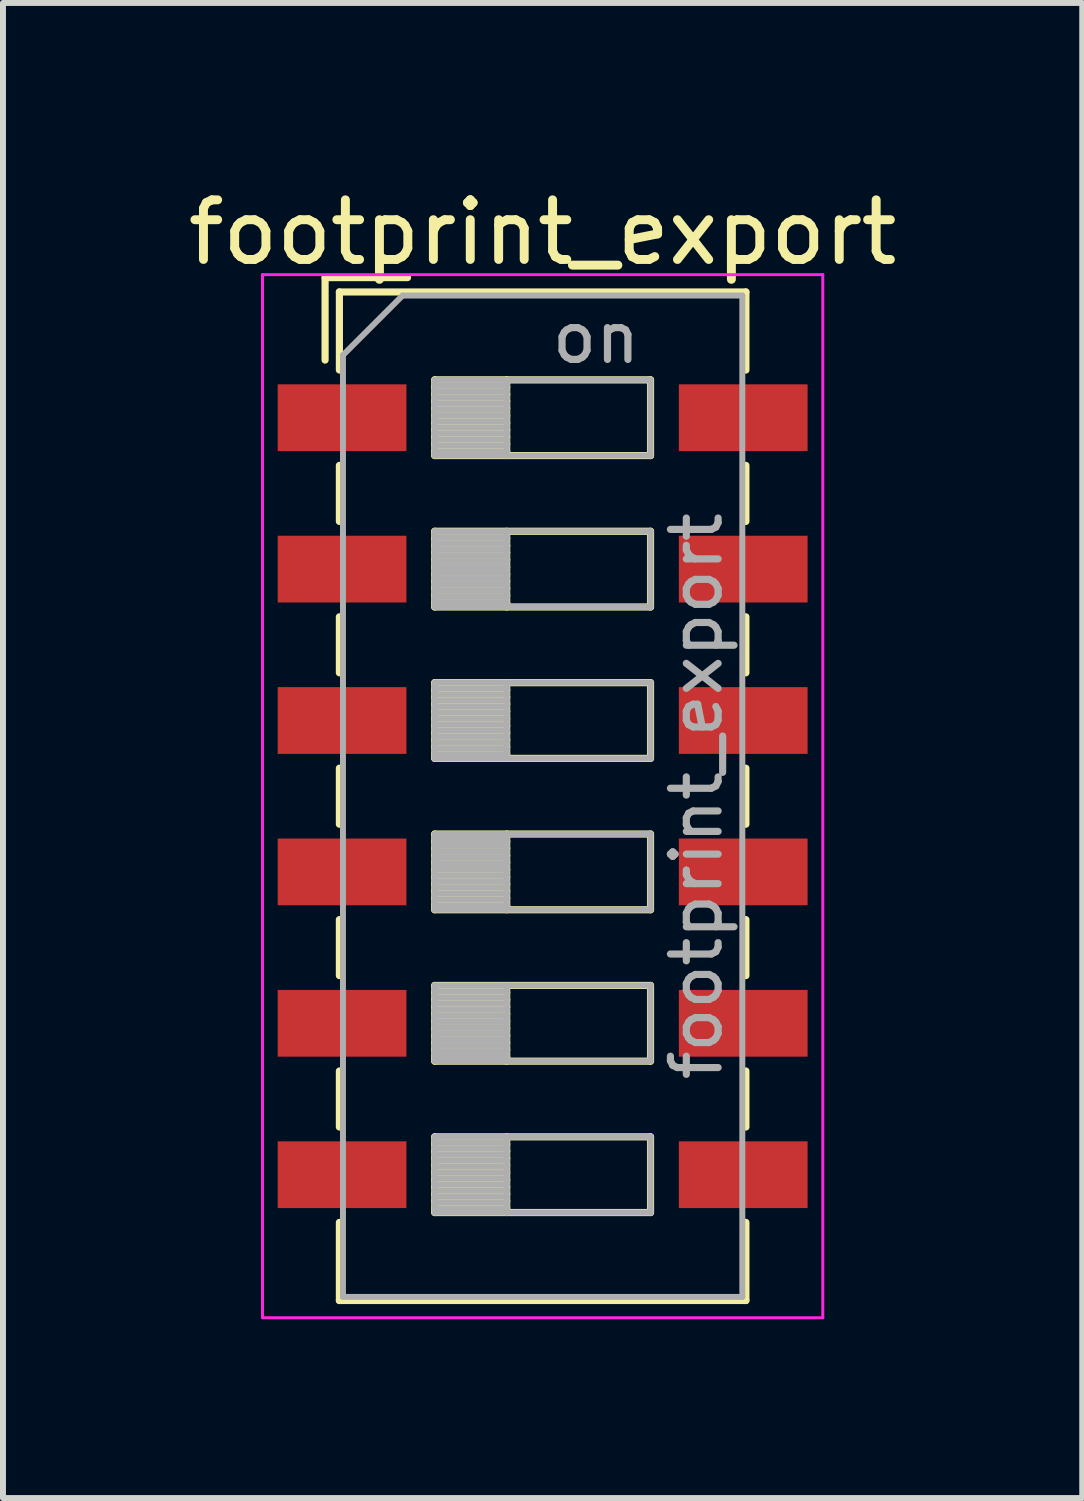
<source format=kicad_pcb>
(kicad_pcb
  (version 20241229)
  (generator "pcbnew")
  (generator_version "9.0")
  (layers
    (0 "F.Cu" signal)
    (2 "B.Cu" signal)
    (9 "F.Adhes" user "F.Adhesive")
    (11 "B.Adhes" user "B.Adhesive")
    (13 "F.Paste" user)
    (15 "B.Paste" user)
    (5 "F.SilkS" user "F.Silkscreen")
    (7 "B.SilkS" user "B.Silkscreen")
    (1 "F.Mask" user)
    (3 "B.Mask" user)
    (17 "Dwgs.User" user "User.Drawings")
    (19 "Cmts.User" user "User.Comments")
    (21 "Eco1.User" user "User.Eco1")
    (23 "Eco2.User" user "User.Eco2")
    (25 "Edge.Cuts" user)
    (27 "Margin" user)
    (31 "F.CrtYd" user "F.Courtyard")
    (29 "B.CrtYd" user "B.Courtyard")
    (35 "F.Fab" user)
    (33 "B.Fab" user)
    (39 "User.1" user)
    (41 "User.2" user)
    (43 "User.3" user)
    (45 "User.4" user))
  (footprint "footprint_export"
    (layer "F.Cu")
    (at 6.054 10.308)
    (property "Reference" "footprint_export" (at 0 -9.46 0) (layer "F.SilkS") (effects (font (size 1 1) (thickness 0.15))))
    (attr smd)
    (fp_line (start -3.65 -8.7) (end -3.65 -7.317) (stroke (width 0.12) (type solid)) (layer "F.SilkS"))
    (fp_line (start -3.65 -8.7) (end -2.267 -8.7) (stroke (width 0.12) (type solid)) (layer "F.SilkS"))
    (fp_line (start -3.41 -8.46) (end -3.41 -7.15) (stroke (width 0.12) (type solid)) (layer "F.SilkS"))
    (fp_line (start -3.41 -8.46) (end 3.41 -8.46) (stroke (width 0.12) (type solid)) (layer "F.SilkS"))
    (fp_line (start -3.41 -5.55) (end -3.41 -4.61) (stroke (width 0.12) (type solid)) (layer "F.SilkS"))
    (fp_line (start -3.41 -3.01) (end -3.41 -2.07) (stroke (width 0.12) (type solid)) (layer "F.SilkS"))
    (fp_line (start -3.41 -0.47) (end -3.41 0.47) (stroke (width 0.12) (type solid)) (layer "F.SilkS"))
    (fp_line (start -3.41 2.07) (end -3.41 3.01) (stroke (width 0.12) (type solid)) (layer "F.SilkS"))
    (fp_line (start -3.41 4.61) (end -3.41 5.55) (stroke (width 0.12) (type solid)) (layer "F.SilkS"))
    (fp_line (start -3.41 7.15) (end -3.41 8.461) (stroke (width 0.12) (type solid)) (layer "F.SilkS"))
    (fp_line (start -3.41 8.461) (end 3.41 8.461) (stroke (width 0.12) (type solid)) (layer "F.SilkS"))
    (fp_line (start -1.81 -6.985) (end -1.81 -5.715) (stroke (width 0.12) (type solid)) (layer "F.SilkS"))
    (fp_line (start -1.81 -6.865) (end -0.603 -6.865) (stroke (width 0.12) (type solid)) (layer "F.SilkS"))
    (fp_line (start -1.81 -6.745) (end -0.603 -6.745) (stroke (width 0.12) (type solid)) (layer "F.SilkS"))
    (fp_line (start -1.81 -6.625) (end -0.603 -6.625) (stroke (width 0.12) (type solid)) (layer "F.SilkS"))
    (fp_line (start -1.81 -6.505) (end -0.603 -6.505) (stroke (width 0.12) (type solid)) (layer "F.SilkS"))
    (fp_line (start -1.81 -6.385) (end -0.603 -6.385) (stroke (width 0.12) (type solid)) (layer "F.SilkS"))
    (fp_line (start -1.81 -6.265) (end -0.603 -6.265) (stroke (width 0.12) (type solid)) (layer "F.SilkS"))
    (fp_line (start -1.81 -6.145) (end -0.603 -6.145) (stroke (width 0.12) (type solid)) (layer "F.SilkS"))
    (fp_line (start -1.81 -6.025) (end -0.603 -6.025) (stroke (width 0.12) (type solid)) (layer "F.SilkS"))
    (fp_line (start -1.81 -5.905) (end -0.603 -5.905) (stroke (width 0.12) (type solid)) (layer "F.SilkS"))
    (fp_line (start -1.81 -5.785) (end -0.603 -5.785) (stroke (width 0.12) (type solid)) (layer "F.SilkS"))
    (fp_line (start -1.81 -5.715) (end 1.81 -5.715) (stroke (width 0.12) (type solid)) (layer "F.SilkS"))
    (fp_line (start -1.81 -4.445) (end -1.81 -3.175) (stroke (width 0.12) (type solid)) (layer "F.SilkS"))
    (fp_line (start -1.81 -4.325) (end -0.603 -4.325) (stroke (width 0.12) (type solid)) (layer "F.SilkS"))
    (fp_line (start -1.81 -4.205) (end -0.603 -4.205) (stroke (width 0.12) (type solid)) (layer "F.SilkS"))
    (fp_line (start -1.81 -4.085) (end -0.603 -4.085) (stroke (width 0.12) (type solid)) (layer "F.SilkS"))
    (fp_line (start -1.81 -3.965) (end -0.603 -3.965) (stroke (width 0.12) (type solid)) (layer "F.SilkS"))
    (fp_line (start -1.81 -3.845) (end -0.603 -3.845) (stroke (width 0.12) (type solid)) (layer "F.SilkS"))
    (fp_line (start -1.81 -3.725) (end -0.603 -3.725) (stroke (width 0.12) (type solid)) (layer "F.SilkS"))
    (fp_line (start -1.81 -3.605) (end -0.603 -3.605) (stroke (width 0.12) (type solid)) (layer "F.SilkS"))
    (fp_line (start -1.81 -3.485) (end -0.603 -3.485) (stroke (width 0.12) (type solid)) (layer "F.SilkS"))
    (fp_line (start -1.81 -3.365) (end -0.603 -3.365) (stroke (width 0.12) (type solid)) (layer "F.SilkS"))
    (fp_line (start -1.81 -3.245) (end -0.603 -3.245) (stroke (width 0.12) (type solid)) (layer "F.SilkS"))
    (fp_line (start -1.81 -3.175) (end 1.81 -3.175) (stroke (width 0.12) (type solid)) (layer "F.SilkS"))
    (fp_line (start -1.81 -1.905) (end -1.81 -0.635) (stroke (width 0.12) (type solid)) (layer "F.SilkS"))
    (fp_line (start -1.81 -1.785) (end -0.603 -1.785) (stroke (width 0.12) (type solid)) (layer "F.SilkS"))
    (fp_line (start -1.81 -1.665) (end -0.603 -1.665) (stroke (width 0.12) (type solid)) (layer "F.SilkS"))
    (fp_line (start -1.81 -1.545) (end -0.603 -1.545) (stroke (width 0.12) (type solid)) (layer "F.SilkS"))
    (fp_line (start -1.81 -1.425) (end -0.603 -1.425) (stroke (width 0.12) (type solid)) (layer "F.SilkS"))
    (fp_line (start -1.81 -1.305) (end -0.603 -1.305) (stroke (width 0.12) (type solid)) (layer "F.SilkS"))
    (fp_line (start -1.81 -1.185) (end -0.603 -1.185) (stroke (width 0.12) (type solid)) (layer "F.SilkS"))
    (fp_line (start -1.81 -1.065) (end -0.603 -1.065) (stroke (width 0.12) (type solid)) (layer "F.SilkS"))
    (fp_line (start -1.81 -0.945) (end -0.603 -0.945) (stroke (width 0.12) (type solid)) (layer "F.SilkS"))
    (fp_line (start -1.81 -0.825) (end -0.603 -0.825) (stroke (width 0.12) (type solid)) (layer "F.SilkS"))
    (fp_line (start -1.81 -0.705) (end -0.603 -0.705) (stroke (width 0.12) (type solid)) (layer "F.SilkS"))
    (fp_line (start -1.81 -0.635) (end 1.81 -0.635) (stroke (width 0.12) (type solid)) (layer "F.SilkS"))
    (fp_line (start -1.81 0.635) (end -1.81 1.905) (stroke (width 0.12) (type solid)) (layer "F.SilkS"))
    (fp_line (start -1.81 0.755) (end -0.603 0.755) (stroke (width 0.12) (type solid)) (layer "F.SilkS"))
    (fp_line (start -1.81 0.875) (end -0.603 0.875) (stroke (width 0.12) (type solid)) (layer "F.SilkS"))
    (fp_line (start -1.81 0.995) (end -0.603 0.995) (stroke (width 0.12) (type solid)) (layer "F.SilkS"))
    (fp_line (start -1.81 1.115) (end -0.603 1.115) (stroke (width 0.12) (type solid)) (layer "F.SilkS"))
    (fp_line (start -1.81 1.235) (end -0.603 1.235) (stroke (width 0.12) (type solid)) (layer "F.SilkS"))
    (fp_line (start -1.81 1.355) (end -0.603 1.355) (stroke (width 0.12) (type solid)) (layer "F.SilkS"))
    (fp_line (start -1.81 1.475) (end -0.603 1.475) (stroke (width 0.12) (type solid)) (layer "F.SilkS"))
    (fp_line (start -1.81 1.595) (end -0.603 1.595) (stroke (width 0.12) (type solid)) (layer "F.SilkS"))
    (fp_line (start -1.81 1.715) (end -0.603 1.715) (stroke (width 0.12) (type solid)) (layer "F.SilkS"))
    (fp_line (start -1.81 1.835) (end -0.603 1.835) (stroke (width 0.12) (type solid)) (layer "F.SilkS"))
    (fp_line (start -1.81 1.905) (end 1.81 1.905) (stroke (width 0.12) (type solid)) (layer "F.SilkS"))
    (fp_line (start -1.81 3.175) (end -1.81 4.445) (stroke (width 0.12) (type solid)) (layer "F.SilkS"))
    (fp_line (start -1.81 3.295) (end -0.603 3.295) (stroke (width 0.12) (type solid)) (layer "F.SilkS"))
    (fp_line (start -1.81 3.415) (end -0.603 3.415) (stroke (width 0.12) (type solid)) (layer "F.SilkS"))
    (fp_line (start -1.81 3.535) (end -0.603 3.535) (stroke (width 0.12) (type solid)) (layer "F.SilkS"))
    (fp_line (start -1.81 3.655) (end -0.603 3.655) (stroke (width 0.12) (type solid)) (layer "F.SilkS"))
    (fp_line (start -1.81 3.775) (end -0.603 3.775) (stroke (width 0.12) (type solid)) (layer "F.SilkS"))
    (fp_line (start -1.81 3.895) (end -0.603 3.895) (stroke (width 0.12) (type solid)) (layer "F.SilkS"))
    (fp_line (start -1.81 4.015) (end -0.603 4.015) (stroke (width 0.12) (type solid)) (layer "F.SilkS"))
    (fp_line (start -1.81 4.135) (end -0.603 4.135) (stroke (width 0.12) (type solid)) (layer "F.SilkS"))
    (fp_line (start -1.81 4.255) (end -0.603 4.255) (stroke (width 0.12) (type solid)) (layer "F.SilkS"))
    (fp_line (start -1.81 4.375) (end -0.603 4.375) (stroke (width 0.12) (type solid)) (layer "F.SilkS"))
    (fp_line (start -1.81 4.445) (end 1.81 4.445) (stroke (width 0.12) (type solid)) (layer "F.SilkS"))
    (fp_line (start -1.81 5.715) (end -1.81 6.985) (stroke (width 0.12) (type solid)) (layer "F.SilkS"))
    (fp_line (start -1.81 5.835) (end -0.603 5.835) (stroke (width 0.12) (type solid)) (layer "F.SilkS"))
    (fp_line (start -1.81 5.955) (end -0.603 5.955) (stroke (width 0.12) (type solid)) (layer "F.SilkS"))
    (fp_line (start -1.81 6.075) (end -0.603 6.075) (stroke (width 0.12) (type solid)) (layer "F.SilkS"))
    (fp_line (start -1.81 6.195) (end -0.603 6.195) (stroke (width 0.12) (type solid)) (layer "F.SilkS"))
    (fp_line (start -1.81 6.315) (end -0.603 6.315) (stroke (width 0.12) (type solid)) (layer "F.SilkS"))
    (fp_line (start -1.81 6.435) (end -0.603 6.435) (stroke (width 0.12) (type solid)) (layer "F.SilkS"))
    (fp_line (start -1.81 6.555) (end -0.603 6.555) (stroke (width 0.12) (type solid)) (layer "F.SilkS"))
    (fp_line (start -1.81 6.675) (end -0.603 6.675) (stroke (width 0.12) (type solid)) (layer "F.SilkS"))
    (fp_line (start -1.81 6.795) (end -0.603 6.795) (stroke (width 0.12) (type solid)) (layer "F.SilkS"))
    (fp_line (start -1.81 6.915) (end -0.603 6.915) (stroke (width 0.12) (type solid)) (layer "F.SilkS"))
    (fp_line (start -1.81 6.985) (end 1.81 6.985) (stroke (width 0.12) (type solid)) (layer "F.SilkS"))
    (fp_line (start -0.603 -6.985) (end -0.603 -5.715) (stroke (width 0.12) (type solid)) (layer "F.SilkS"))
    (fp_line (start -0.603 -4.445) (end -0.603 -3.175) (stroke (width 0.12) (type solid)) (layer "F.SilkS"))
    (fp_line (start -0.603 -1.905) (end -0.603 -0.635) (stroke (width 0.12) (type solid)) (layer "F.SilkS"))
    (fp_line (start -0.603 0.635) (end -0.603 1.905) (stroke (width 0.12) (type solid)) (layer "F.SilkS"))
    (fp_line (start -0.603 3.175) (end -0.603 4.445) (stroke (width 0.12) (type solid)) (layer "F.SilkS"))
    (fp_line (start -0.603 5.715) (end -0.603 6.985) (stroke (width 0.12) (type solid)) (layer "F.SilkS"))
    (fp_line (start 1.81 -6.985) (end -1.81 -6.985) (stroke (width 0.12) (type solid)) (layer "F.SilkS"))
    (fp_line (start 1.81 -5.715) (end 1.81 -6.985) (stroke (width 0.12) (type solid)) (layer "F.SilkS"))
    (fp_line (start 1.81 -4.445) (end -1.81 -4.445) (stroke (width 0.12) (type solid)) (layer "F.SilkS"))
    (fp_line (start 1.81 -3.175) (end 1.81 -4.445) (stroke (width 0.12) (type solid)) (layer "F.SilkS"))
    (fp_line (start 1.81 -1.905) (end -1.81 -1.905) (stroke (width 0.12) (type solid)) (layer "F.SilkS"))
    (fp_line (start 1.81 -0.635) (end 1.81 -1.905) (stroke (width 0.12) (type solid)) (layer "F.SilkS"))
    (fp_line (start 1.81 0.635) (end -1.81 0.635) (stroke (width 0.12) (type solid)) (layer "F.SilkS"))
    (fp_line (start 1.81 1.905) (end 1.81 0.635) (stroke (width 0.12) (type solid)) (layer "F.SilkS"))
    (fp_line (start 1.81 3.175) (end -1.81 3.175) (stroke (width 0.12) (type solid)) (layer "F.SilkS"))
    (fp_line (start 1.81 4.445) (end 1.81 3.175) (stroke (width 0.12) (type solid)) (layer "F.SilkS"))
    (fp_line (start 1.81 5.715) (end -1.81 5.715) (stroke (width 0.12) (type solid)) (layer "F.SilkS"))
    (fp_line (start 1.81 6.985) (end 1.81 5.715) (stroke (width 0.12) (type solid)) (layer "F.SilkS"))
    (fp_line (start 3.41 -8.46) (end 3.41 -7.15) (stroke (width 0.12) (type solid)) (layer "F.SilkS"))
    (fp_line (start 3.41 -5.55) (end 3.41 -4.61) (stroke (width 0.12) (type solid)) (layer "F.SilkS"))
    (fp_line (start 3.41 -3.01) (end 3.41 -2.07) (stroke (width 0.12) (type solid)) (layer "F.SilkS"))
    (fp_line (start 3.41 -0.47) (end 3.41 0.47) (stroke (width 0.12) (type solid)) (layer "F.SilkS"))
    (fp_line (start 3.41 2.07) (end 3.41 3.01) (stroke (width 0.12) (type solid)) (layer "F.SilkS"))
    (fp_line (start 3.41 4.61) (end 3.41 5.55) (stroke (width 0.12) (type solid)) (layer "F.SilkS"))
    (fp_line (start 3.41 7.15) (end 3.41 8.461) (stroke (width 0.12) (type solid)) (layer "F.SilkS"))
    (fp_line (start -4.7 -8.75) (end -4.7 8.75) (stroke (width 0.05) (type solid)) (layer "F.CrtYd"))
    (fp_line (start -4.7 8.75) (end 4.7 8.75) (stroke (width 0.05) (type solid)) (layer "F.CrtYd"))
    (fp_line (start 4.7 -8.75) (end -4.7 -8.75) (stroke (width 0.05) (type solid)) (layer "F.CrtYd"))
    (fp_line (start 4.7 8.75) (end 4.7 -8.75) (stroke (width 0.05) (type solid)) (layer "F.CrtYd"))
    (fp_line (start -3.35 -7.4) (end -2.35 -8.4) (stroke (width 0.1) (type solid)) (layer "F.Fab"))
    (fp_line (start -3.35 8.4) (end -3.35 -7.4) (stroke (width 0.1) (type solid)) (layer "F.Fab"))
    (fp_line (start -2.35 -8.4) (end 3.35 -8.4) (stroke (width 0.1) (type solid)) (layer "F.Fab"))
    (fp_line (start -1.81 -6.985) (end -1.81 -5.715) (stroke (width 0.1) (type solid)) (layer "F.Fab"))
    (fp_line (start -1.81 -6.885) (end -0.603 -6.885) (stroke (width 0.1) (type solid)) (layer "F.Fab"))
    (fp_line (start -1.81 -6.785) (end -0.603 -6.785) (stroke (width 0.1) (type solid)) (layer "F.Fab"))
    (fp_line (start -1.81 -6.685) (end -0.603 -6.685) (stroke (width 0.1) (type solid)) (layer "F.Fab"))
    (fp_line (start -1.81 -6.585) (end -0.603 -6.585) (stroke (width 0.1) (type solid)) (layer "F.Fab"))
    (fp_line (start -1.81 -6.485) (end -0.603 -6.485) (stroke (width 0.1) (type solid)) (layer "F.Fab"))
    (fp_line (start -1.81 -6.385) (end -0.603 -6.385) (stroke (width 0.1) (type solid)) (layer "F.Fab"))
    (fp_line (start -1.81 -6.285) (end -0.603 -6.285) (stroke (width 0.1) (type solid)) (layer "F.Fab"))
    (fp_line (start -1.81 -6.185) (end -0.603 -6.185) (stroke (width 0.1) (type solid)) (layer "F.Fab"))
    (fp_line (start -1.81 -6.085) (end -0.603 -6.085) (stroke (width 0.1) (type solid)) (layer "F.Fab"))
    (fp_line (start -1.81 -5.985) (end -0.603 -5.985) (stroke (width 0.1) (type solid)) (layer "F.Fab"))
    (fp_line (start -1.81 -5.885) (end -0.603 -5.885) (stroke (width 0.1) (type solid)) (layer "F.Fab"))
    (fp_line (start -1.81 -5.785) (end -0.603 -5.785) (stroke (width 0.1) (type solid)) (layer "F.Fab"))
    (fp_line (start -1.81 -5.715) (end 1.81 -5.715) (stroke (width 0.1) (type solid)) (layer "F.Fab"))
    (fp_line (start -1.81 -4.445) (end -1.81 -3.175) (stroke (width 0.1) (type solid)) (layer "F.Fab"))
    (fp_line (start -1.81 -4.345) (end -0.603 -4.345) (stroke (width 0.1) (type solid)) (layer "F.Fab"))
    (fp_line (start -1.81 -4.245) (end -0.603 -4.245) (stroke (width 0.1) (type solid)) (layer "F.Fab"))
    (fp_line (start -1.81 -4.145) (end -0.603 -4.145) (stroke (width 0.1) (type solid)) (layer "F.Fab"))
    (fp_line (start -1.81 -4.045) (end -0.603 -4.045) (stroke (width 0.1) (type solid)) (layer "F.Fab"))
    (fp_line (start -1.81 -3.945) (end -0.603 -3.945) (stroke (width 0.1) (type solid)) (layer "F.Fab"))
    (fp_line (start -1.81 -3.845) (end -0.603 -3.845) (stroke (width 0.1) (type solid)) (layer "F.Fab"))
    (fp_line (start -1.81 -3.745) (end -0.603 -3.745) (stroke (width 0.1) (type solid)) (layer "F.Fab"))
    (fp_line (start -1.81 -3.645) (end -0.603 -3.645) (stroke (width 0.1) (type solid)) (layer "F.Fab"))
    (fp_line (start -1.81 -3.545) (end -0.603 -3.545) (stroke (width 0.1) (type solid)) (layer "F.Fab"))
    (fp_line (start -1.81 -3.445) (end -0.603 -3.445) (stroke (width 0.1) (type solid)) (layer "F.Fab"))
    (fp_line (start -1.81 -3.345) (end -0.603 -3.345) (stroke (width 0.1) (type solid)) (layer "F.Fab"))
    (fp_line (start -1.81 -3.245) (end -0.603 -3.245) (stroke (width 0.1) (type solid)) (layer "F.Fab"))
    (fp_line (start -1.81 -3.175) (end 1.81 -3.175) (stroke (width 0.1) (type solid)) (layer "F.Fab"))
    (fp_line (start -1.81 -1.905) (end -1.81 -0.635) (stroke (width 0.1) (type solid)) (layer "F.Fab"))
    (fp_line (start -1.81 -1.805) (end -0.603 -1.805) (stroke (width 0.1) (type solid)) (layer "F.Fab"))
    (fp_line (start -1.81 -1.705) (end -0.603 -1.705) (stroke (width 0.1) (type solid)) (layer "F.Fab"))
    (fp_line (start -1.81 -1.605) (end -0.603 -1.605) (stroke (width 0.1) (type solid)) (layer "F.Fab"))
    (fp_line (start -1.81 -1.505) (end -0.603 -1.505) (stroke (width 0.1) (type solid)) (layer "F.Fab"))
    (fp_line (start -1.81 -1.405) (end -0.603 -1.405) (stroke (width 0.1) (type solid)) (layer "F.Fab"))
    (fp_line (start -1.81 -1.305) (end -0.603 -1.305) (stroke (width 0.1) (type solid)) (layer "F.Fab"))
    (fp_line (start -1.81 -1.205) (end -0.603 -1.205) (stroke (width 0.1) (type solid)) (layer "F.Fab"))
    (fp_line (start -1.81 -1.105) (end -0.603 -1.105) (stroke (width 0.1) (type solid)) (layer "F.Fab"))
    (fp_line (start -1.81 -1.005) (end -0.603 -1.005) (stroke (width 0.1) (type solid)) (layer "F.Fab"))
    (fp_line (start -1.81 -0.905) (end -0.603 -0.905) (stroke (width 0.1) (type solid)) (layer "F.Fab"))
    (fp_line (start -1.81 -0.805) (end -0.603 -0.805) (stroke (width 0.1) (type solid)) (layer "F.Fab"))
    (fp_line (start -1.81 -0.705) (end -0.603 -0.705) (stroke (width 0.1) (type solid)) (layer "F.Fab"))
    (fp_line (start -1.81 -0.635) (end 1.81 -0.635) (stroke (width 0.1) (type solid)) (layer "F.Fab"))
    (fp_line (start -1.81 0.635) (end -1.81 1.905) (stroke (width 0.1) (type solid)) (layer "F.Fab"))
    (fp_line (start -1.81 0.735) (end -0.603 0.735) (stroke (width 0.1) (type solid)) (layer "F.Fab"))
    (fp_line (start -1.81 0.835) (end -0.603 0.835) (stroke (width 0.1) (type solid)) (layer "F.Fab"))
    (fp_line (start -1.81 0.935) (end -0.603 0.935) (stroke (width 0.1) (type solid)) (layer "F.Fab"))
    (fp_line (start -1.81 1.035) (end -0.603 1.035) (stroke (width 0.1) (type solid)) (layer "F.Fab"))
    (fp_line (start -1.81 1.135) (end -0.603 1.135) (stroke (width 0.1) (type solid)) (layer "F.Fab"))
    (fp_line (start -1.81 1.235) (end -0.603 1.235) (stroke (width 0.1) (type solid)) (layer "F.Fab"))
    (fp_line (start -1.81 1.335) (end -0.603 1.335) (stroke (width 0.1) (type solid)) (layer "F.Fab"))
    (fp_line (start -1.81 1.435) (end -0.603 1.435) (stroke (width 0.1) (type solid)) (layer "F.Fab"))
    (fp_line (start -1.81 1.535) (end -0.603 1.535) (stroke (width 0.1) (type solid)) (layer "F.Fab"))
    (fp_line (start -1.81 1.635) (end -0.603 1.635) (stroke (width 0.1) (type solid)) (layer "F.Fab"))
    (fp_line (start -1.81 1.735) (end -0.603 1.735) (stroke (width 0.1) (type solid)) (layer "F.Fab"))
    (fp_line (start -1.81 1.835) (end -0.603 1.835) (stroke (width 0.1) (type solid)) (layer "F.Fab"))
    (fp_line (start -1.81 1.905) (end 1.81 1.905) (stroke (width 0.1) (type solid)) (layer "F.Fab"))
    (fp_line (start -1.81 3.175) (end -1.81 4.445) (stroke (width 0.1) (type solid)) (layer "F.Fab"))
    (fp_line (start -1.81 3.275) (end -0.603 3.275) (stroke (width 0.1) (type solid)) (layer "F.Fab"))
    (fp_line (start -1.81 3.375) (end -0.603 3.375) (stroke (width 0.1) (type solid)) (layer "F.Fab"))
    (fp_line (start -1.81 3.475) (end -0.603 3.475) (stroke (width 0.1) (type solid)) (layer "F.Fab"))
    (fp_line (start -1.81 3.575) (end -0.603 3.575) (stroke (width 0.1) (type solid)) (layer "F.Fab"))
    (fp_line (start -1.81 3.675) (end -0.603 3.675) (stroke (width 0.1) (type solid)) (layer "F.Fab"))
    (fp_line (start -1.81 3.775) (end -0.603 3.775) (stroke (width 0.1) (type solid)) (layer "F.Fab"))
    (fp_line (start -1.81 3.875) (end -0.603 3.875) (stroke (width 0.1) (type solid)) (layer "F.Fab"))
    (fp_line (start -1.81 3.975) (end -0.603 3.975) (stroke (width 0.1) (type solid)) (layer "F.Fab"))
    (fp_line (start -1.81 4.075) (end -0.603 4.075) (stroke (width 0.1) (type solid)) (layer "F.Fab"))
    (fp_line (start -1.81 4.175) (end -0.603 4.175) (stroke (width 0.1) (type solid)) (layer "F.Fab"))
    (fp_line (start -1.81 4.275) (end -0.603 4.275) (stroke (width 0.1) (type solid)) (layer "F.Fab"))
    (fp_line (start -1.81 4.375) (end -0.603 4.375) (stroke (width 0.1) (type solid)) (layer "F.Fab"))
    (fp_line (start -1.81 4.445) (end 1.81 4.445) (stroke (width 0.1) (type solid)) (layer "F.Fab"))
    (fp_line (start -1.81 5.715) (end -1.81 6.985) (stroke (width 0.1) (type solid)) (layer "F.Fab"))
    (fp_line (start -1.81 5.815) (end -0.603 5.815) (stroke (width 0.1) (type solid)) (layer "F.Fab"))
    (fp_line (start -1.81 5.915) (end -0.603 5.915) (stroke (width 0.1) (type solid)) (layer "F.Fab"))
    (fp_line (start -1.81 6.015) (end -0.603 6.015) (stroke (width 0.1) (type solid)) (layer "F.Fab"))
    (fp_line (start -1.81 6.115) (end -0.603 6.115) (stroke (width 0.1) (type solid)) (layer "F.Fab"))
    (fp_line (start -1.81 6.215) (end -0.603 6.215) (stroke (width 0.1) (type solid)) (layer "F.Fab"))
    (fp_line (start -1.81 6.315) (end -0.603 6.315) (stroke (width 0.1) (type solid)) (layer "F.Fab"))
    (fp_line (start -1.81 6.415) (end -0.603 6.415) (stroke (width 0.1) (type solid)) (layer "F.Fab"))
    (fp_line (start -1.81 6.515) (end -0.603 6.515) (stroke (width 0.1) (type solid)) (layer "F.Fab"))
    (fp_line (start -1.81 6.615) (end -0.603 6.615) (stroke (width 0.1) (type solid)) (layer "F.Fab"))
    (fp_line (start -1.81 6.715) (end -0.603 6.715) (stroke (width 0.1) (type solid)) (layer "F.Fab"))
    (fp_line (start -1.81 6.815) (end -0.603 6.815) (stroke (width 0.1) (type solid)) (layer "F.Fab"))
    (fp_line (start -1.81 6.915) (end -0.603 6.915) (stroke (width 0.1) (type solid)) (layer "F.Fab"))
    (fp_line (start -1.81 6.985) (end 1.81 6.985) (stroke (width 0.1) (type solid)) (layer "F.Fab"))
    (fp_line (start -0.603 -6.985) (end -0.603 -5.715) (stroke (width 0.1) (type solid)) (layer "F.Fab"))
    (fp_line (start -0.603 -4.445) (end -0.603 -3.175) (stroke (width 0.1) (type solid)) (layer "F.Fab"))
    (fp_line (start -0.603 -1.905) (end -0.603 -0.635) (stroke (width 0.1) (type solid)) (layer "F.Fab"))
    (fp_line (start -0.603 0.635) (end -0.603 1.905) (stroke (width 0.1) (type solid)) (layer "F.Fab"))
    (fp_line (start -0.603 3.175) (end -0.603 4.445) (stroke (width 0.1) (type solid)) (layer "F.Fab"))
    (fp_line (start -0.603 5.715) (end -0.603 6.985) (stroke (width 0.1) (type solid)) (layer "F.Fab"))
    (fp_line (start 1.81 -6.985) (end -1.81 -6.985) (stroke (width 0.1) (type solid)) (layer "F.Fab"))
    (fp_line (start 1.81 -5.715) (end 1.81 -6.985) (stroke (width 0.1) (type solid)) (layer "F.Fab"))
    (fp_line (start 1.81 -4.445) (end -1.81 -4.445) (stroke (width 0.1) (type solid)) (layer "F.Fab"))
    (fp_line (start 1.81 -3.175) (end 1.81 -4.445) (stroke (width 0.1) (type solid)) (layer "F.Fab"))
    (fp_line (start 1.81 -1.905) (end -1.81 -1.905) (stroke (width 0.1) (type solid)) (layer "F.Fab"))
    (fp_line (start 1.81 -0.635) (end 1.81 -1.905) (stroke (width 0.1) (type solid)) (layer "F.Fab"))
    (fp_line (start 1.81 0.635) (end -1.81 0.635) (stroke (width 0.1) (type solid)) (layer "F.Fab"))
    (fp_line (start 1.81 1.905) (end 1.81 0.635) (stroke (width 0.1) (type solid)) (layer "F.Fab"))
    (fp_line (start 1.81 3.175) (end -1.81 3.175) (stroke (width 0.1) (type solid)) (layer "F.Fab"))
    (fp_line (start 1.81 4.445) (end 1.81 3.175) (stroke (width 0.1) (type solid)) (layer "F.Fab"))
    (fp_line (start 1.81 5.715) (end -1.81 5.715) (stroke (width 0.1) (type solid)) (layer "F.Fab"))
    (fp_line (start 1.81 6.985) (end 1.81 5.715) (stroke (width 0.1) (type solid)) (layer "F.Fab"))
    (fp_line (start 3.35 -8.4) (end 3.35 8.4) (stroke (width 0.1) (type solid)) (layer "F.Fab"))
    (fp_line (start 3.35 8.4) (end -3.35 8.4) (stroke (width 0.1) (type solid)) (layer "F.Fab"))
    (fp_text user "${REFERENCE}" (at 2.58 0 90) (layer "F.Fab") (effects (font (size 0.8 0.8) (thickness 0.12))))
    (fp_text user "on" (at 0.897 -7.692 0) (layer "F.Fab") (effects (font (size 0.8 0.8) (thickness 0.12))))
    (pad "1" smd rect (at -3.365 -6.35) (size 2.16 1.12) (layers "F.Cu" "F.Mask" "F.Paste"))
    (pad "2" smd rect (at -3.365 -3.81) (size 2.16 1.12) (layers "F.Cu" "F.Mask" "F.Paste"))
    (pad "3" smd rect (at -3.365 -1.27) (size 2.16 1.12) (layers "F.Cu" "F.Mask" "F.Paste"))
    (pad "4" smd rect (at -3.365 1.27) (size 2.16 1.12) (layers "F.Cu" "F.Mask" "F.Paste"))
    (pad "5" smd rect (at -3.365 3.81) (size 2.16 1.12) (layers "F.Cu" "F.Mask" "F.Paste"))
    (pad "6" smd rect (at -3.365 6.35) (size 2.16 1.12) (layers "F.Cu" "F.Mask" "F.Paste"))
    (pad "7" smd rect (at 3.365 6.35) (size 2.16 1.12) (layers "F.Cu" "F.Mask" "F.Paste"))
    (pad "8" smd rect (at 3.365 3.81) (size 2.16 1.12) (layers "F.Cu" "F.Mask" "F.Paste"))
    (pad "9" smd rect (at 3.365 1.27) (size 2.16 1.12) (layers "F.Cu" "F.Mask" "F.Paste"))
    (pad "10" smd rect (at 3.365 -1.27) (size 2.16 1.12) (layers "F.Cu" "F.Mask" "F.Paste"))
    (pad "11" smd rect (at 3.365 -3.81) (size 2.16 1.12) (layers "F.Cu" "F.Mask" "F.Paste"))
    (pad "12" smd rect (at 3.365 -6.35) (size 2.16 1.12) (layers "F.Cu" "F.Mask" "F.Paste")))
  (gr_rect
    (start -3 -3)
    (end 15.107 22.083)
    (stroke (width 0.1) (type default))
    (fill no)
    (layer "Edge.Cuts")))
</source>
